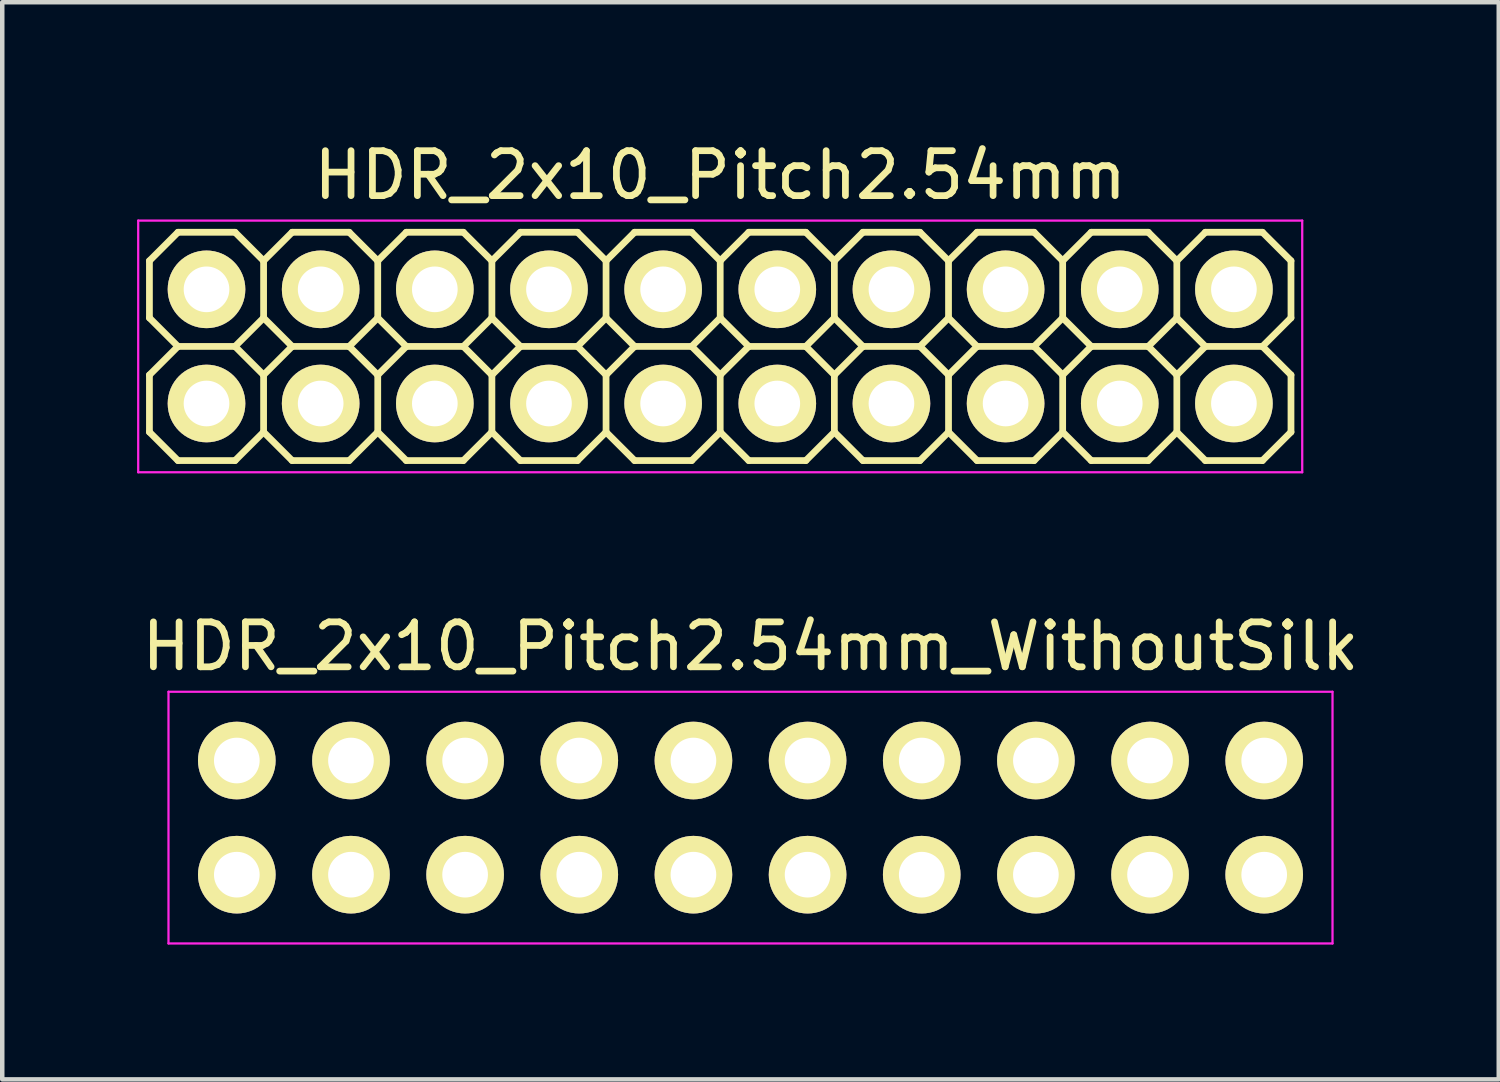
<source format=kicad_pcb>
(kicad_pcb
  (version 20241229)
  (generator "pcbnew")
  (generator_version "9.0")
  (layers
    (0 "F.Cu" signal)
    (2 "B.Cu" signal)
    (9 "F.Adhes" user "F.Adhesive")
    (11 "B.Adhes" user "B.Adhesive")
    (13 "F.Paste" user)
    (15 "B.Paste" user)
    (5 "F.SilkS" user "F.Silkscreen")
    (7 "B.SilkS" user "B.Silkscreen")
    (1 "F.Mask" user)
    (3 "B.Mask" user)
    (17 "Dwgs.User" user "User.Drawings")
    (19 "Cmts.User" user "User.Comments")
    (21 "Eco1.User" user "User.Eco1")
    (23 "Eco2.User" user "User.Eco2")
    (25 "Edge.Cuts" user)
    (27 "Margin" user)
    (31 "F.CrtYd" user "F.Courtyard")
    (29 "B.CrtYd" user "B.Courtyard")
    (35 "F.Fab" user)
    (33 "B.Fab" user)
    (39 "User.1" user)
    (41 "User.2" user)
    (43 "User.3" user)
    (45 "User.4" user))
  (footprint "HDR_2x10_Pitch2.54mm"
    (layer "F.Cu")
    (at 12.975 4.658)
    (property "Reference" "HDR_2x10_Pitch2.54mm" (at 0 -3.81 0) (layer "F.SilkS") (effects (font (size 1 1) (thickness 0.15))))
    (attr through_hole)
    (fp_line (start -12.7 -1.905) (end -12.7 -0.635) (stroke (width 0.15) (type solid)) (layer "F.SilkS"))
    (fp_line (start -12.7 -0.635) (end -12.065 0) (stroke (width 0.15) (type solid)) (layer "F.SilkS"))
    (fp_line (start -12.7 0.635) (end -12.7 1.905) (stroke (width 0.15) (type solid)) (layer "F.SilkS"))
    (fp_line (start -12.7 1.905) (end -12.065 2.54) (stroke (width 0.15) (type solid)) (layer "F.SilkS"))
    (fp_line (start -12.065 -2.54) (end -12.7 -1.905) (stroke (width 0.15) (type solid)) (layer "F.SilkS"))
    (fp_line (start -12.065 0) (end -12.7 0.635) (stroke (width 0.15) (type solid)) (layer "F.SilkS"))
    (fp_line (start -12.065 2.54) (end -10.795 2.54) (stroke (width 0.15) (type solid)) (layer "F.SilkS"))
    (fp_line (start -10.795 -2.54) (end -12.065 -2.54) (stroke (width 0.15) (type solid)) (layer "F.SilkS"))
    (fp_line (start -10.795 0) (end -12.065 0) (stroke (width 0.15) (type solid)) (layer "F.SilkS"))
    (fp_line (start -10.795 0) (end -10.16 0.635) (stroke (width 0.15) (type solid)) (layer "F.SilkS"))
    (fp_line (start -10.795 2.54) (end -10.16 1.905) (stroke (width 0.15) (type solid)) (layer "F.SilkS"))
    (fp_line (start -10.16 -1.905) (end -10.795 -2.54) (stroke (width 0.15) (type solid)) (layer "F.SilkS"))
    (fp_line (start -10.16 -1.905) (end -10.16 -0.635) (stroke (width 0.15) (type solid)) (layer "F.SilkS"))
    (fp_line (start -10.16 -0.635) (end -10.795 0) (stroke (width 0.15) (type solid)) (layer "F.SilkS"))
    (fp_line (start -10.16 0.635) (end -10.16 1.905) (stroke (width 0.15) (type solid)) (layer "F.SilkS"))
    (fp_line (start -10.16 0.635) (end -9.525 0) (stroke (width 0.15) (type solid)) (layer "F.SilkS"))
    (fp_line (start -10.16 1.905) (end -9.525 2.54) (stroke (width 0.15) (type solid)) (layer "F.SilkS"))
    (fp_line (start -9.525 -2.54) (end -10.16 -1.905) (stroke (width 0.15) (type solid)) (layer "F.SilkS"))
    (fp_line (start -9.525 0) (end -10.16 -0.635) (stroke (width 0.15) (type solid)) (layer "F.SilkS"))
    (fp_line (start -9.525 0) (end -8.255 0) (stroke (width 0.15) (type solid)) (layer "F.SilkS"))
    (fp_line (start -9.525 2.54) (end -8.255 2.54) (stroke (width 0.15) (type solid)) (layer "F.SilkS"))
    (fp_line (start -8.255 -2.54) (end -9.525 -2.54) (stroke (width 0.15) (type solid)) (layer "F.SilkS"))
    (fp_line (start -8.255 0) (end -7.62 -0.635) (stroke (width 0.15) (type solid)) (layer "F.SilkS"))
    (fp_line (start -8.255 0) (end -7.62 0.635) (stroke (width 0.15) (type solid)) (layer "F.SilkS"))
    (fp_line (start -8.255 2.54) (end -7.62 1.905) (stroke (width 0.15) (type solid)) (layer "F.SilkS"))
    (fp_line (start -7.62 -1.905) (end -8.255 -2.54) (stroke (width 0.15) (type solid)) (layer "F.SilkS"))
    (fp_line (start -7.62 -0.635) (end -7.62 -1.905) (stroke (width 0.15) (type solid)) (layer "F.SilkS"))
    (fp_line (start -7.62 -0.635) (end -6.985 0) (stroke (width 0.15) (type solid)) (layer "F.SilkS"))
    (fp_line (start -7.62 0.635) (end -7.62 1.905) (stroke (width 0.15) (type solid)) (layer "F.SilkS"))
    (fp_line (start -7.62 1.905) (end -6.985 2.54) (stroke (width 0.15) (type solid)) (layer "F.SilkS"))
    (fp_line (start -6.985 -2.54) (end -7.62 -1.905) (stroke (width 0.15) (type solid)) (layer "F.SilkS"))
    (fp_line (start -6.985 0) (end -7.62 0.635) (stroke (width 0.15) (type solid)) (layer "F.SilkS"))
    (fp_line (start -6.985 0) (end -5.715 0) (stroke (width 0.15) (type solid)) (layer "F.SilkS"))
    (fp_line (start -6.985 2.54) (end -5.715 2.54) (stroke (width 0.15) (type solid)) (layer "F.SilkS"))
    (fp_line (start -5.715 -2.54) (end -6.985 -2.54) (stroke (width 0.15) (type solid)) (layer "F.SilkS"))
    (fp_line (start -5.715 0) (end -5.08 -0.635) (stroke (width 0.15) (type solid)) (layer "F.SilkS"))
    (fp_line (start -5.715 2.54) (end -5.08 1.905) (stroke (width 0.15) (type solid)) (layer "F.SilkS"))
    (fp_line (start -5.08 -1.905) (end -5.715 -2.54) (stroke (width 0.15) (type solid)) (layer "F.SilkS"))
    (fp_line (start -5.08 -1.905) (end -4.445 -2.54) (stroke (width 0.15) (type solid)) (layer "F.SilkS"))
    (fp_line (start -5.08 -0.635) (end -5.08 -1.905) (stroke (width 0.15) (type solid)) (layer "F.SilkS"))
    (fp_line (start -5.08 -0.635) (end -4.445 0) (stroke (width 0.15) (type solid)) (layer "F.SilkS"))
    (fp_line (start -5.08 0.635) (end -5.715 0) (stroke (width 0.15) (type solid)) (layer "F.SilkS"))
    (fp_line (start -5.08 0.635) (end -4.445 0) (stroke (width 0.15) (type solid)) (layer "F.SilkS"))
    (fp_line (start -5.08 1.905) (end -5.08 0.635) (stroke (width 0.15) (type solid)) (layer "F.SilkS"))
    (fp_line (start -4.445 -2.54) (end -3.175 -2.54) (stroke (width 0.15) (type solid)) (layer "F.SilkS"))
    (fp_line (start -4.445 0) (end -3.175 0) (stroke (width 0.15) (type solid)) (layer "F.SilkS"))
    (fp_line (start -4.445 2.54) (end -5.08 1.905) (stroke (width 0.15) (type solid)) (layer "F.SilkS"))
    (fp_line (start -3.175 -2.54) (end -2.54 -1.905) (stroke (width 0.15) (type solid)) (layer "F.SilkS"))
    (fp_line (start -3.175 0) (end -2.54 -0.635) (stroke (width 0.15) (type solid)) (layer "F.SilkS"))
    (fp_line (start -3.175 0) (end -2.54 0.635) (stroke (width 0.15) (type solid)) (layer "F.SilkS"))
    (fp_line (start -3.175 2.54) (end -4.445 2.54) (stroke (width 0.15) (type solid)) (layer "F.SilkS"))
    (fp_line (start -2.54 -1.905) (end -2.54 -0.635) (stroke (width 0.15) (type solid)) (layer "F.SilkS"))
    (fp_line (start -2.54 -1.905) (end -1.905 -2.54) (stroke (width 0.15) (type solid)) (layer "F.SilkS"))
    (fp_line (start -2.54 -0.635) (end -1.905 0) (stroke (width 0.15) (type solid)) (layer "F.SilkS"))
    (fp_line (start -2.54 0.635) (end -2.54 1.905) (stroke (width 0.15) (type solid)) (layer "F.SilkS"))
    (fp_line (start -2.54 0.635) (end -1.905 0) (stroke (width 0.15) (type solid)) (layer "F.SilkS"))
    (fp_line (start -2.54 1.905) (end -3.175 2.54) (stroke (width 0.15) (type solid)) (layer "F.SilkS"))
    (fp_line (start -1.905 -2.54) (end -0.635 -2.54) (stroke (width 0.15) (type solid)) (layer "F.SilkS"))
    (fp_line (start -1.905 0) (end -0.635 0) (stroke (width 0.15) (type solid)) (layer "F.SilkS"))
    (fp_line (start -1.905 2.54) (end -2.54 1.905) (stroke (width 0.15) (type solid)) (layer "F.SilkS"))
    (fp_line (start -0.635 -2.54) (end 0 -1.905) (stroke (width 0.15) (type solid)) (layer "F.SilkS"))
    (fp_line (start -0.635 0) (end 0 -0.635) (stroke (width 0.15) (type solid)) (layer "F.SilkS"))
    (fp_line (start -0.635 0) (end 0 0.635) (stroke (width 0.15) (type solid)) (layer "F.SilkS"))
    (fp_line (start -0.635 2.54) (end -1.905 2.54) (stroke (width 0.15) (type solid)) (layer "F.SilkS"))
    (fp_line (start 0 -1.905) (end 0.635 -2.54) (stroke (width 0.15) (type solid)) (layer "F.SilkS"))
    (fp_line (start 0 -0.635) (end 0 -1.905) (stroke (width 0.15) (type solid)) (layer "F.SilkS"))
    (fp_line (start 0 -0.635) (end 0.635 0) (stroke (width 0.15) (type solid)) (layer "F.SilkS"))
    (fp_line (start 0 0.635) (end 0 1.905) (stroke (width 0.15) (type solid)) (layer "F.SilkS"))
    (fp_line (start 0 0.635) (end 0.635 0) (stroke (width 0.15) (type solid)) (layer "F.SilkS"))
    (fp_line (start 0 1.905) (end -0.635 2.54) (stroke (width 0.15) (type solid)) (layer "F.SilkS"))
    (fp_line (start 0.635 -2.54) (end 1.905 -2.54) (stroke (width 0.15) (type solid)) (layer "F.SilkS"))
    (fp_line (start 0.635 0) (end 1.905 0) (stroke (width 0.15) (type solid)) (layer "F.SilkS"))
    (fp_line (start 0.635 2.54) (end 0 1.905) (stroke (width 0.15) (type solid)) (layer "F.SilkS"))
    (fp_line (start 1.905 -2.54) (end 2.54 -1.905) (stroke (width 0.15) (type solid)) (layer "F.SilkS"))
    (fp_line (start 1.905 0) (end 2.54 -0.635) (stroke (width 0.15) (type solid)) (layer "F.SilkS"))
    (fp_line (start 1.905 0) (end 2.54 0.635) (stroke (width 0.15) (type solid)) (layer "F.SilkS"))
    (fp_line (start 1.905 2.54) (end 0.635 2.54) (stroke (width 0.15) (type solid)) (layer "F.SilkS"))
    (fp_line (start 2.54 -1.905) (end 2.54 -0.635) (stroke (width 0.15) (type solid)) (layer "F.SilkS"))
    (fp_line (start 2.54 -1.905) (end 3.175 -2.54) (stroke (width 0.15) (type solid)) (layer "F.SilkS"))
    (fp_line (start 2.54 -0.635) (end 3.175 0) (stroke (width 0.15) (type solid)) (layer "F.SilkS"))
    (fp_line (start 2.54 0.635) (end 2.54 1.905) (stroke (width 0.15) (type solid)) (layer "F.SilkS"))
    (fp_line (start 2.54 0.635) (end 3.175 0) (stroke (width 0.15) (type solid)) (layer "F.SilkS"))
    (fp_line (start 2.54 1.905) (end 1.905 2.54) (stroke (width 0.15) (type solid)) (layer "F.SilkS"))
    (fp_line (start 3.175 -2.54) (end 4.445 -2.54) (stroke (width 0.15) (type solid)) (layer "F.SilkS"))
    (fp_line (start 3.175 0) (end 4.445 0) (stroke (width 0.15) (type solid)) (layer "F.SilkS"))
    (fp_line (start 3.175 2.54) (end 2.54 1.905) (stroke (width 0.15) (type solid)) (layer "F.SilkS"))
    (fp_line (start 4.445 -2.54) (end 5.08 -1.905) (stroke (width 0.15) (type solid)) (layer "F.SilkS"))
    (fp_line (start 4.445 0) (end 5.08 -0.635) (stroke (width 0.15) (type solid)) (layer "F.SilkS"))
    (fp_line (start 4.445 0) (end 5.08 0.635) (stroke (width 0.15) (type solid)) (layer "F.SilkS"))
    (fp_line (start 4.445 2.54) (end 3.175 2.54) (stroke (width 0.15) (type solid)) (layer "F.SilkS"))
    (fp_line (start 5.08 -1.905) (end 5.08 -0.635) (stroke (width 0.15) (type solid)) (layer "F.SilkS"))
    (fp_line (start 5.08 -1.905) (end 5.715 -2.54) (stroke (width 0.15) (type solid)) (layer "F.SilkS"))
    (fp_line (start 5.08 -0.635) (end 5.715 0) (stroke (width 0.15) (type solid)) (layer "F.SilkS"))
    (fp_line (start 5.08 0.635) (end 5.08 1.905) (stroke (width 0.15) (type solid)) (layer "F.SilkS"))
    (fp_line (start 5.08 0.635) (end 5.715 0) (stroke (width 0.15) (type solid)) (layer "F.SilkS"))
    (fp_line (start 5.08 1.905) (end 4.445 2.54) (stroke (width 0.15) (type solid)) (layer "F.SilkS"))
    (fp_line (start 5.715 -2.54) (end 6.985 -2.54) (stroke (width 0.15) (type solid)) (layer "F.SilkS"))
    (fp_line (start 5.715 0) (end 6.985 0) (stroke (width 0.15) (type solid)) (layer "F.SilkS"))
    (fp_line (start 5.715 2.54) (end 5.08 1.905) (stroke (width 0.15) (type solid)) (layer "F.SilkS"))
    (fp_line (start 6.985 -2.54) (end 7.62 -1.905) (stroke (width 0.15) (type solid)) (layer "F.SilkS"))
    (fp_line (start 6.985 0) (end 7.62 -0.635) (stroke (width 0.15) (type solid)) (layer "F.SilkS"))
    (fp_line (start 6.985 0) (end 7.62 0.635) (stroke (width 0.15) (type solid)) (layer "F.SilkS"))
    (fp_line (start 6.985 2.54) (end 5.715 2.54) (stroke (width 0.15) (type solid)) (layer "F.SilkS"))
    (fp_line (start 7.62 -1.905) (end 7.62 -0.635) (stroke (width 0.15) (type solid)) (layer "F.SilkS"))
    (fp_line (start 7.62 -1.905) (end 8.255 -2.54) (stroke (width 0.15) (type solid)) (layer "F.SilkS"))
    (fp_line (start 7.62 -0.635) (end 8.255 0) (stroke (width 0.15) (type solid)) (layer "F.SilkS"))
    (fp_line (start 7.62 0.635) (end 7.62 1.905) (stroke (width 0.15) (type solid)) (layer "F.SilkS"))
    (fp_line (start 7.62 0.635) (end 8.255 0) (stroke (width 0.15) (type solid)) (layer "F.SilkS"))
    (fp_line (start 7.62 1.905) (end 6.985 2.54) (stroke (width 0.15) (type solid)) (layer "F.SilkS"))
    (fp_line (start 8.255 -2.54) (end 9.525 -2.54) (stroke (width 0.15) (type solid)) (layer "F.SilkS"))
    (fp_line (start 8.255 0) (end 9.525 0) (stroke (width 0.15) (type solid)) (layer "F.SilkS"))
    (fp_line (start 8.255 2.54) (end 7.62 1.905) (stroke (width 0.15) (type solid)) (layer "F.SilkS"))
    (fp_line (start 9.525 -2.54) (end 10.16 -1.905) (stroke (width 0.15) (type solid)) (layer "F.SilkS"))
    (fp_line (start 9.525 0) (end 10.16 -0.635) (stroke (width 0.15) (type solid)) (layer "F.SilkS"))
    (fp_line (start 9.525 0) (end 10.16 0.635) (stroke (width 0.15) (type solid)) (layer "F.SilkS"))
    (fp_line (start 9.525 2.54) (end 8.255 2.54) (stroke (width 0.15) (type solid)) (layer "F.SilkS"))
    (fp_line (start 10.16 -1.905) (end 10.16 -0.635) (stroke (width 0.15) (type solid)) (layer "F.SilkS"))
    (fp_line (start 10.16 -1.905) (end 10.795 -2.54) (stroke (width 0.15) (type solid)) (layer "F.SilkS"))
    (fp_line (start 10.16 -0.635) (end 10.795 0) (stroke (width 0.15) (type solid)) (layer "F.SilkS"))
    (fp_line (start 10.16 0.635) (end 10.16 1.905) (stroke (width 0.15) (type solid)) (layer "F.SilkS"))
    (fp_line (start 10.16 1.905) (end 9.525 2.54) (stroke (width 0.15) (type solid)) (layer "F.SilkS"))
    (fp_line (start 10.795 -2.54) (end 12.065 -2.54) (stroke (width 0.15) (type solid)) (layer "F.SilkS"))
    (fp_line (start 10.795 0) (end 10.16 0.635) (stroke (width 0.15) (type solid)) (layer "F.SilkS"))
    (fp_line (start 10.795 0) (end 12.065 0) (stroke (width 0.15) (type solid)) (layer "F.SilkS"))
    (fp_line (start 10.795 2.54) (end 10.16 1.905) (stroke (width 0.15) (type solid)) (layer "F.SilkS"))
    (fp_line (start 12.065 -2.54) (end 12.7 -1.905) (stroke (width 0.15) (type solid)) (layer "F.SilkS"))
    (fp_line (start 12.065 0) (end 12.7 -0.635) (stroke (width 0.15) (type solid)) (layer "F.SilkS"))
    (fp_line (start 12.065 0) (end 12.7 0.635) (stroke (width 0.15) (type solid)) (layer "F.SilkS"))
    (fp_line (start 12.065 2.54) (end 10.795 2.54) (stroke (width 0.15) (type solid)) (layer "F.SilkS"))
    (fp_line (start 12.7 -1.905) (end 12.7 -0.635) (stroke (width 0.15) (type solid)) (layer "F.SilkS"))
    (fp_line (start 12.7 0.635) (end 12.7 1.905) (stroke (width 0.15) (type solid)) (layer "F.SilkS"))
    (fp_line (start 12.7 1.905) (end 12.065 2.54) (stroke (width 0.15) (type solid)) (layer "F.SilkS"))
    (fp_line (start -12.95 -2.8) (end -12.95 2.8) (stroke (width 0.05) (type solid)) (layer "F.CrtYd"))
    (fp_line (start -12.95 2.8) (end 12.95 2.8) (stroke (width 0.05) (type solid)) (layer "F.CrtYd"))
    (fp_line (start 12.95 -2.8) (end -12.95 -2.8) (stroke (width 0.05) (type solid)) (layer "F.CrtYd"))
    (fp_line (start 12.95 -2.8) (end 12.95 2.8) (stroke (width 0.05) (type solid)) (layer "F.CrtYd"))
    (pad "1" thru_hole oval (at -11.43 1.27) (size 1.727 1.727) (drill 1.016) (layers "*.Cu" "*.Mask" "F.SilkS"))
    (pad "2" thru_hole oval (at -11.43 -1.27) (size 1.727 1.727) (drill 1.016) (layers "*.Cu" "*.Mask" "F.SilkS"))
    (pad "3" thru_hole oval (at -8.89 1.27) (size 1.727 1.727) (drill 1.016) (layers "*.Cu" "*.Mask" "F.SilkS"))
    (pad "4" thru_hole oval (at -8.89 -1.27) (size 1.727 1.727) (drill 1.016) (layers "*.Cu" "*.Mask" "F.SilkS"))
    (pad "5" thru_hole oval (at -6.35 1.27) (size 1.727 1.727) (drill 1.016) (layers "*.Cu" "*.Mask" "F.SilkS"))
    (pad "6" thru_hole oval (at -6.35 -1.27) (size 1.727 1.727) (drill 1.016) (layers "*.Cu" "*.Mask" "F.SilkS"))
    (pad "7" thru_hole oval (at -3.81 1.27) (size 1.727 1.727) (drill 1.016) (layers "*.Cu" "*.Mask" "F.SilkS"))
    (pad "8" thru_hole oval (at -3.81 -1.27) (size 1.727 1.727) (drill 1.016) (layers "*.Cu" "*.Mask" "F.SilkS"))
    (pad "9" thru_hole oval (at -1.27 1.27) (size 1.727 1.727) (drill 1.016) (layers "*.Cu" "*.Mask" "F.SilkS"))
    (pad "10" thru_hole oval (at -1.27 -1.27) (size 1.727 1.727) (drill 1.016) (layers "*.Cu" "*.Mask" "F.SilkS"))
    (pad "11" thru_hole oval (at 1.27 1.27) (size 1.727 1.727) (drill 1.016) (layers "*.Cu" "*.Mask" "F.SilkS"))
    (pad "12" thru_hole oval (at 1.27 -1.27) (size 1.727 1.727) (drill 1.016) (layers "*.Cu" "*.Mask" "F.SilkS"))
    (pad "13" thru_hole oval (at 3.81 1.27) (size 1.727 1.727) (drill 1.016) (layers "*.Cu" "*.Mask" "F.SilkS"))
    (pad "14" thru_hole oval (at 3.81 -1.27) (size 1.727 1.727) (drill 1.016) (layers "*.Cu" "*.Mask" "F.SilkS"))
    (pad "15" thru_hole oval (at 6.35 1.27) (size 1.727 1.727) (drill 1.016) (layers "*.Cu" "*.Mask" "F.SilkS"))
    (pad "16" thru_hole oval (at 6.35 -1.27) (size 1.727 1.727) (drill 1.016) (layers "*.Cu" "*.Mask" "F.SilkS"))
    (pad "17" thru_hole oval (at 8.89 1.27) (size 1.727 1.727) (drill 1.016) (layers "*.Cu" "*.Mask" "F.SilkS"))
    (pad "18" thru_hole oval (at 8.89 -1.27) (size 1.727 1.727) (drill 1.016) (layers "*.Cu" "*.Mask" "F.SilkS"))
    (pad "19" thru_hole oval (at 11.43 1.27) (size 1.727 1.727) (drill 1.016) (layers "*.Cu" "*.Mask" "F.SilkS"))
    (pad "20" thru_hole oval (at 11.43 -1.27) (size 1.727 1.727) (drill 1.016) (layers "*.Cu" "*.Mask" "F.SilkS")))
  (footprint "HDR_2x10_Pitch2.54mm_WithoutSilk"
    (layer "F.Cu")
    (at 13.649 15.142)
    (property "Reference" "HDR_2x10_Pitch2.54mm_WithoutSilk" (at 0 -3.81 0) (layer "F.SilkS") (effects (font (size 1 1) (thickness 0.15))))
    (attr through_hole)
    (fp_line (start -12.95 -2.8) (end -12.95 2.8) (stroke (width 0.05) (type solid)) (layer "F.CrtYd"))
    (fp_line (start -12.95 2.8) (end 12.95 2.8) (stroke (width 0.05) (type solid)) (layer "F.CrtYd"))
    (fp_line (start 12.95 -2.8) (end -12.95 -2.8) (stroke (width 0.05) (type solid)) (layer "F.CrtYd"))
    (fp_line (start 12.95 -2.8) (end 12.95 2.8) (stroke (width 0.05) (type solid)) (layer "F.CrtYd"))
    (pad "1" thru_hole oval (at -11.43 1.27) (size 1.727 1.727) (drill 1.016) (layers "*.Cu" "*.Mask" "F.SilkS"))
    (pad "2" thru_hole oval (at -11.43 -1.27) (size 1.727 1.727) (drill 1.016) (layers "*.Cu" "*.Mask" "F.SilkS"))
    (pad "3" thru_hole oval (at -8.89 1.27) (size 1.727 1.727) (drill 1.016) (layers "*.Cu" "*.Mask" "F.SilkS"))
    (pad "4" thru_hole oval (at -8.89 -1.27) (size 1.727 1.727) (drill 1.016) (layers "*.Cu" "*.Mask" "F.SilkS"))
    (pad "5" thru_hole oval (at -6.35 1.27) (size 1.727 1.727) (drill 1.016) (layers "*.Cu" "*.Mask" "F.SilkS"))
    (pad "6" thru_hole oval (at -6.35 -1.27) (size 1.727 1.727) (drill 1.016) (layers "*.Cu" "*.Mask" "F.SilkS"))
    (pad "7" thru_hole oval (at -3.81 1.27) (size 1.727 1.727) (drill 1.016) (layers "*.Cu" "*.Mask" "F.SilkS"))
    (pad "8" thru_hole oval (at -3.81 -1.27) (size 1.727 1.727) (drill 1.016) (layers "*.Cu" "*.Mask" "F.SilkS"))
    (pad "9" thru_hole oval (at -1.27 1.27) (size 1.727 1.727) (drill 1.016) (layers "*.Cu" "*.Mask" "F.SilkS"))
    (pad "10" thru_hole oval (at -1.27 -1.27) (size 1.727 1.727) (drill 1.016) (layers "*.Cu" "*.Mask" "F.SilkS"))
    (pad "11" thru_hole oval (at 1.27 1.27) (size 1.727 1.727) (drill 1.016) (layers "*.Cu" "*.Mask" "F.SilkS"))
    (pad "12" thru_hole oval (at 1.27 -1.27) (size 1.727 1.727) (drill 1.016) (layers "*.Cu" "*.Mask" "F.SilkS"))
    (pad "13" thru_hole oval (at 3.81 1.27) (size 1.727 1.727) (drill 1.016) (layers "*.Cu" "*.Mask" "F.SilkS"))
    (pad "14" thru_hole oval (at 3.81 -1.27) (size 1.727 1.727) (drill 1.016) (layers "*.Cu" "*.Mask" "F.SilkS"))
    (pad "15" thru_hole oval (at 6.35 1.27) (size 1.727 1.727) (drill 1.016) (layers "*.Cu" "*.Mask" "F.SilkS"))
    (pad "16" thru_hole oval (at 6.35 -1.27) (size 1.727 1.727) (drill 1.016) (layers "*.Cu" "*.Mask" "F.SilkS"))
    (pad "17" thru_hole oval (at 8.89 1.27) (size 1.727 1.727) (drill 1.016) (layers "*.Cu" "*.Mask" "F.SilkS"))
    (pad "18" thru_hole oval (at 8.89 -1.27) (size 1.727 1.727) (drill 1.016) (layers "*.Cu" "*.Mask" "F.SilkS"))
    (pad "19" thru_hole oval (at 11.43 1.27) (size 1.727 1.727) (drill 1.016) (layers "*.Cu" "*.Mask" "F.SilkS"))
    (pad "20" thru_hole oval (at 11.43 -1.27) (size 1.727 1.727) (drill 1.016) (layers "*.Cu" "*.Mask" "F.SilkS")))
  (gr_rect
    (start -3 -3)
    (end 30.298 20.966)
    (stroke (width 0.1) (type default))
    (fill no)
    (layer "Edge.Cuts")))
</source>
